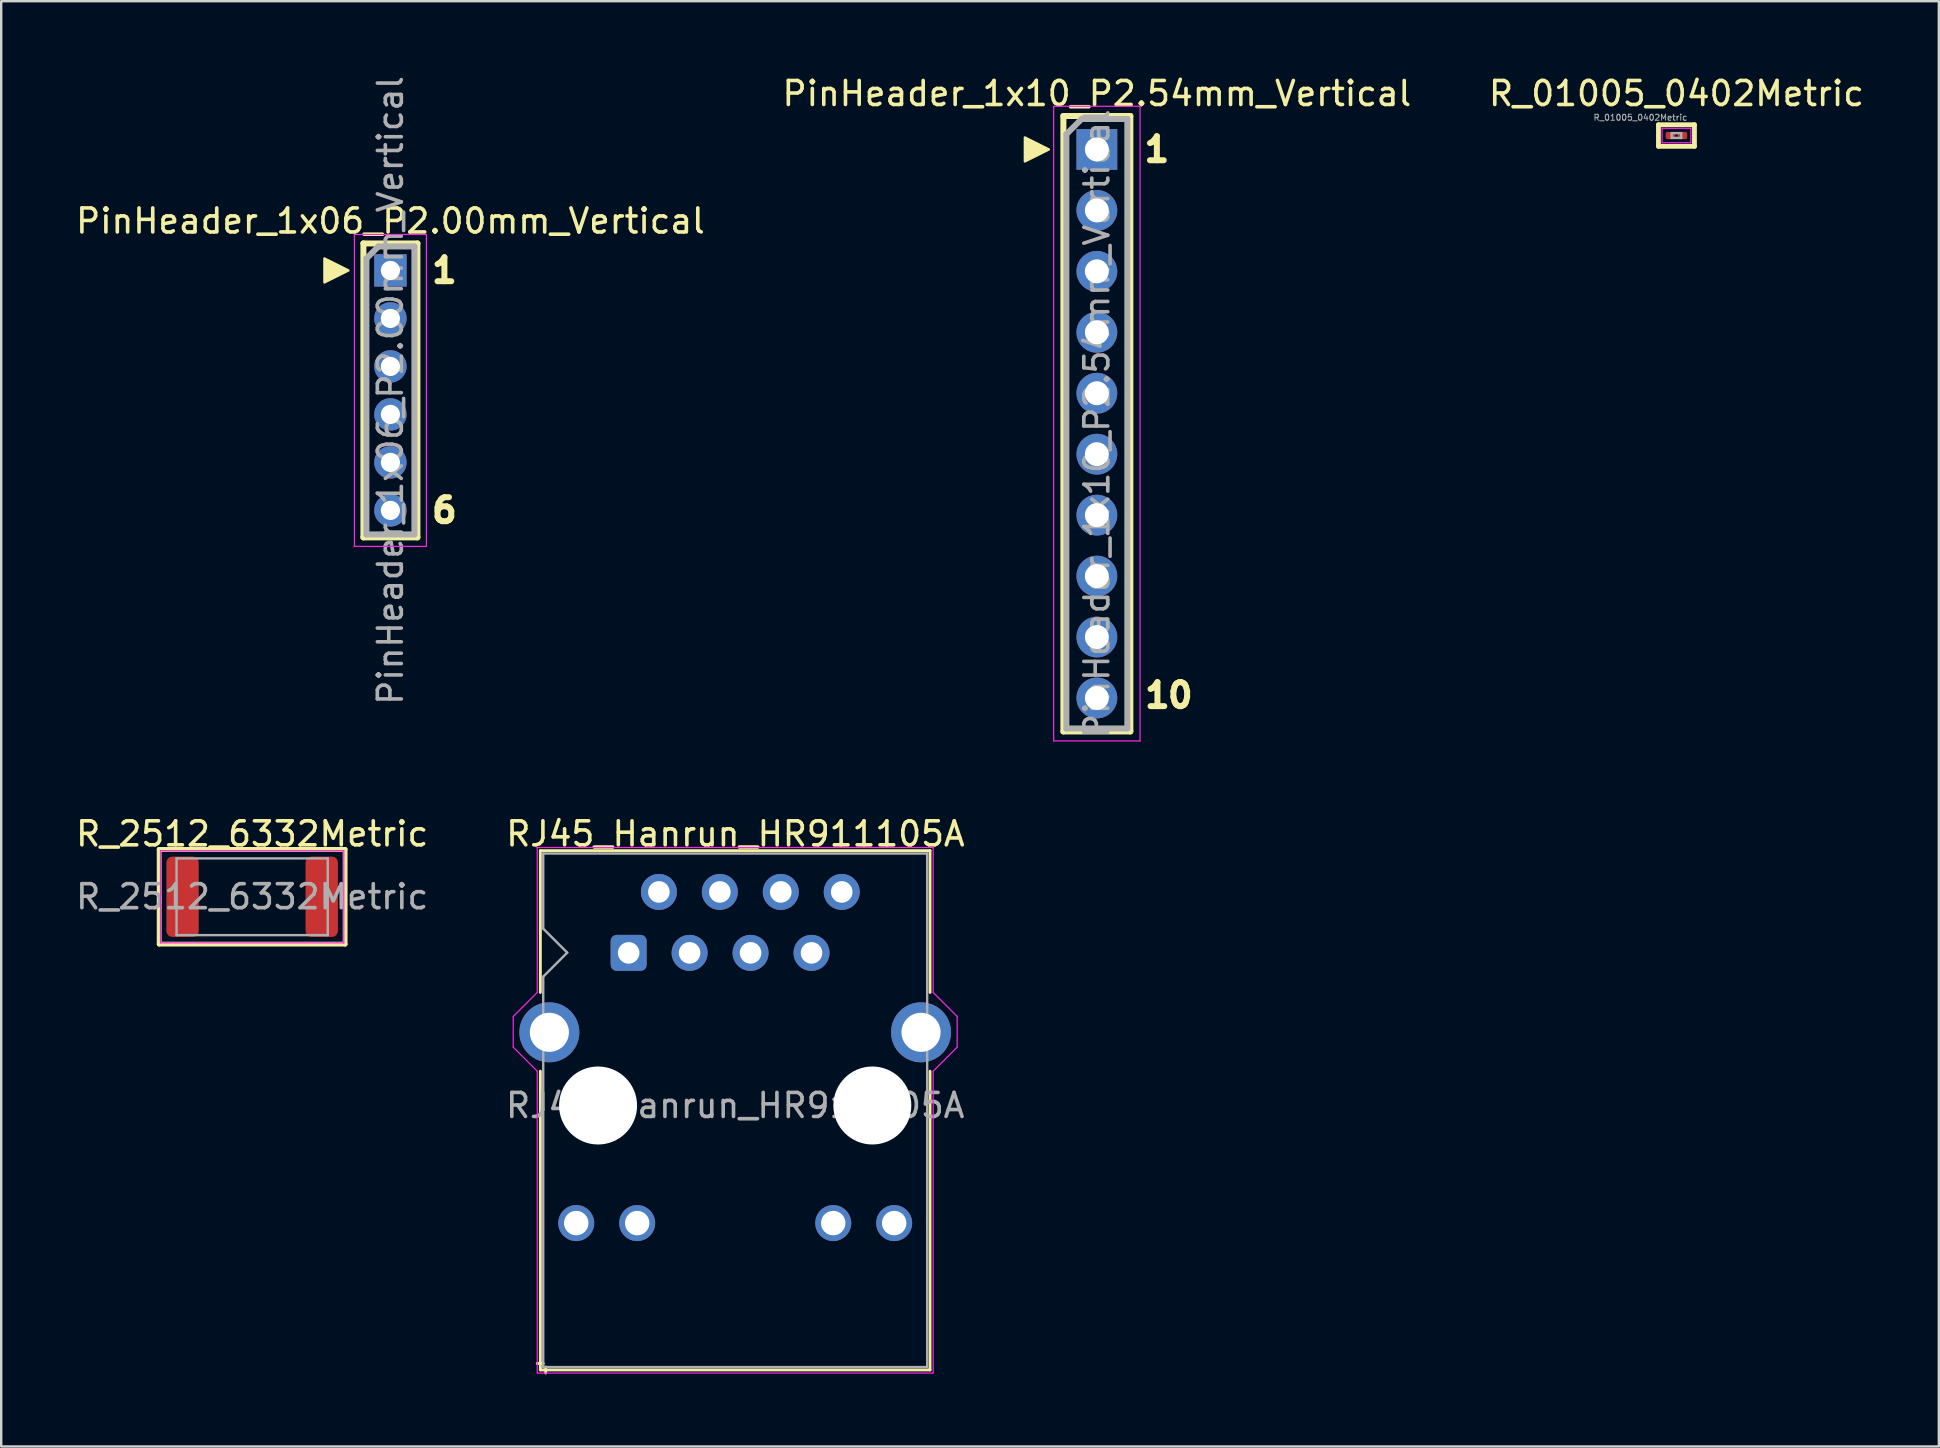
<source format=kicad_pcb>
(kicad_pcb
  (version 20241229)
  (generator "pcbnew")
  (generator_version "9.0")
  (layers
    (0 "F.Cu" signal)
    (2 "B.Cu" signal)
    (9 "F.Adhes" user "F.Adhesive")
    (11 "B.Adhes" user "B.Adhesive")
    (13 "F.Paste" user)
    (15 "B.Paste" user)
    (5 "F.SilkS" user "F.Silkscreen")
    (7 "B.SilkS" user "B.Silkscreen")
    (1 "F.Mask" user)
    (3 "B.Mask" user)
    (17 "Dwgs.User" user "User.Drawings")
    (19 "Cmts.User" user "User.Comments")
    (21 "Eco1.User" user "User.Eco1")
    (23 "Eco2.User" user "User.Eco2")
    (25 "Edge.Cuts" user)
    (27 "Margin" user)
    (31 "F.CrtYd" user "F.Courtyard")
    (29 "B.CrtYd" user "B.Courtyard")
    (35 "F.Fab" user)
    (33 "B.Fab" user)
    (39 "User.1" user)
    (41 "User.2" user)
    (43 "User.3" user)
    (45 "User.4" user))
  (footprint "RJ45_Hanrun_HR911105A"
    (layer "F.Cu")
    (at 23.149 36.661)
    (property "Reference" "RJ45_Hanrun_HR911105A" (at 4.45 -4.96 0) (layer "F.SilkS") (effects (font (size 1 1) (thickness 0.15))))
    (attr through_hole)
    (fp_line (start -3.68 -4.26) (end -3.68 1.65) (stroke (width 0.12) (type solid)) (layer "F.SilkS"))
    (fp_line (start -3.68 -4.26) (end 12.56 -4.26) (stroke (width 0.12) (type solid)) (layer "F.SilkS"))
    (fp_line (start -3.68 4.93) (end -3.68 17.38) (stroke (width 0.12) (type solid)) (layer "F.SilkS"))
    (fp_line (start -3.56 17.11) (end -3.81 17.11) (stroke (width 0.12) (type solid)) (layer "F.SilkS"))
    (fp_line (start -3.46 17.26) (end -3.46 17.51) (stroke (width 0.12) (type solid)) (layer "F.SilkS"))
    (fp_line (start 12.56 -4.26) (end 12.56 1.65) (stroke (width 0.12) (type solid)) (layer "F.SilkS"))
    (fp_line (start 12.56 4.93) (end 12.56 17.38) (stroke (width 0.12) (type solid)) (layer "F.SilkS"))
    (fp_line (start 12.56 17.38) (end -3.68 17.38) (stroke (width 0.12) (type solid)) (layer "F.SilkS"))
    (fp_line (start -4.81 3.93) (end -4.81 2.65) (stroke (width 0.05) (type solid)) (layer "F.CrtYd"))
    (fp_line (start -4.81 3.93) (end -3.81 4.93) (stroke (width 0.05) (type solid)) (layer "F.CrtYd"))
    (fp_line (start -3.81 -4.39) (end 12.69 -4.39) (stroke (width 0.05) (type solid)) (layer "F.CrtYd"))
    (fp_line (start -3.81 1.65) (end -4.81 2.65) (stroke (width 0.05) (type solid)) (layer "F.CrtYd"))
    (fp_line (start -3.81 1.65) (end -3.81 -4.4) (stroke (width 0.05) (type solid)) (layer "F.CrtYd"))
    (fp_line (start -3.81 4.93) (end -3.81 17.51) (stroke (width 0.05) (type solid)) (layer "F.CrtYd"))
    (fp_line (start -3.81 17.51) (end 12.69 17.51) (stroke (width 0.05) (type solid)) (layer "F.CrtYd"))
    (fp_line (start 12.69 1.65) (end 12.69 -4.39) (stroke (width 0.05) (type solid)) (layer "F.CrtYd"))
    (fp_line (start 12.69 1.65) (end 13.69 2.65) (stroke (width 0.05) (type solid)) (layer "F.CrtYd"))
    (fp_line (start 12.69 4.93) (end 12.69 17.51) (stroke (width 0.05) (type solid)) (layer "F.CrtYd"))
    (fp_line (start 13.69 3.93) (end 12.69 4.93) (stroke (width 0.05) (type solid)) (layer "F.CrtYd"))
    (fp_line (start 13.69 3.93) (end 13.69 2.65) (stroke (width 0.05) (type solid)) (layer "F.CrtYd"))
    (fp_line (start -3.56 -4.14) (end -3.56 -1.01) (stroke (width 0.1) (type solid)) (layer "F.Fab"))
    (fp_line (start -3.56 -4.14) (end 12.44 -4.14) (stroke (width 0.1) (type solid)) (layer "F.Fab"))
    (fp_line (start -3.56 0.99) (end -3.56 17.26) (stroke (width 0.1) (type solid)) (layer "F.Fab"))
    (fp_line (start -3.56 17.26) (end 12.44 17.26) (stroke (width 0.1) (type solid)) (layer "F.Fab"))
    (fp_line (start -2.56 -0.01) (end -3.56 -1.01) (stroke (width 0.1) (type solid)) (layer "F.Fab"))
    (fp_line (start -2.56 -0.01) (end -3.56 0.99) (stroke (width 0.1) (type solid)) (layer "F.Fab"))
    (fp_line (start 12.44 -4.14) (end 12.44 17.26) (stroke (width 0.1) (type solid)) (layer "F.Fab"))
    (fp_text user "${REFERENCE}" (at 4.44 6.36 0) (layer "F.Fab") (effects (font (size 1 1) (thickness 0.15))))
    (pad "" np_thru_hole circle (at -1.275 6.36) (size 3.25 3.25) (drill 3.25) (layers "*.Cu" "*.Mask"))
    (pad "" np_thru_hole circle (at 10.155 6.36) (size 3.25 3.25) (drill 3.25) (layers "*.Cu" "*.Mask"))
    (pad "1" thru_hole roundrect (at 0 0) (size 1.5 1.5) (drill 0.9) (layers "*.Cu" "*.Mask") (roundrect_rratio 0.167))
    (pad "2" thru_hole circle (at 1.26 -2.54) (size 1.5 1.5) (drill 0.9) (layers "*.Cu" "*.Mask"))
    (pad "3" thru_hole circle (at 2.54 0) (size 1.5 1.5) (drill 0.9) (layers "*.Cu" "*.Mask"))
    (pad "4" thru_hole circle (at 3.8 -2.54) (size 1.5 1.5) (drill 0.9) (layers "*.Cu" "*.Mask"))
    (pad "5" thru_hole circle (at 5.08 0) (size 1.5 1.5) (drill 0.9) (layers "*.Cu" "*.Mask"))
    (pad "6" thru_hole circle (at 6.34 -2.54 90) (size 1.5 1.5) (drill 0.9) (layers "*.Cu" "*.Mask"))
    (pad "7" thru_hole circle (at 7.62 0) (size 1.5 1.5) (drill 0.9) (layers "*.Cu" "*.Mask"))
    (pad "8" thru_hole circle (at 8.88 -2.54) (size 1.5 1.5) (drill 0.9) (layers "*.Cu" "*.Mask"))
    (pad "9" thru_hole circle (at -2.185 11.26) (size 1.5 1.5) (drill 1.02) (layers "*.Cu" "*.Mask"))
    (pad "10" thru_hole circle (at 0.355 11.26) (size 1.5 1.5) (drill 1.02) (layers "*.Cu" "*.Mask"))
    (pad "11" thru_hole circle (at 8.525 11.26) (size 1.5 1.5) (drill 1.02) (layers "*.Cu" "*.Mask"))
    (pad "12" thru_hole circle (at 11.065 11.26) (size 1.5 1.5) (drill 1.02) (layers "*.Cu" "*.Mask"))
    (pad "13" thru_hole circle (at -3.305 3.31) (size 2.5 2.5) (drill 1.63) (layers "*.Cu" "*.Mask"))
    (pad "14" thru_hole circle (at 12.185 3.31) (size 2.5 2.5) (drill 1.63) (layers "*.Cu" "*.Mask")))
  (footprint "R_01005_0402Metric"
    (layer "F.Cu")
    (at 66.815 2.598)
    (property "Reference" "R_01005_0402Metric" (at 0 -1.75 0) (layer "F.SilkS") (effects (font (size 1 1) (thickness 0.15))))
    (attr smd)
    (fp_line (start -0.75 -0.45) (end 0.75 -0.45) (stroke (width 0.2) (type solid)) (layer "F.SilkS"))
    (fp_line (start -0.75 0.45) (end -0.75 -0.45) (stroke (width 0.2) (type solid)) (layer "F.SilkS"))
    (fp_line (start 0.75 -0.45) (end 0.75 0.45) (stroke (width 0.2) (type solid)) (layer "F.SilkS"))
    (fp_line (start 0.75 0.45) (end -0.75 0.45) (stroke (width 0.2) (type solid)) (layer "F.SilkS"))
    (fp_line (start -0.6 -0.3) (end 0.6 -0.3) (stroke (width 0.05) (type solid)) (layer "F.CrtYd"))
    (fp_line (start -0.6 0.3) (end -0.6 -0.3) (stroke (width 0.05) (type solid)) (layer "F.CrtYd"))
    (fp_line (start 0.6 -0.3) (end 0.6 0.3) (stroke (width 0.05) (type solid)) (layer "F.CrtYd"))
    (fp_line (start 0.6 0.3) (end -0.6 0.3) (stroke (width 0.05) (type solid)) (layer "F.CrtYd"))
    (fp_line (start -0.2 -0.1) (end 0.2 -0.1) (stroke (width 0.1) (type solid)) (layer "F.Fab"))
    (fp_line (start -0.2 0.1) (end -0.2 -0.1) (stroke (width 0.1) (type solid)) (layer "F.Fab"))
    (fp_line (start 0.2 -0.1) (end 0.2 0.1) (stroke (width 0.1) (type solid)) (layer "F.Fab"))
    (fp_line (start 0.2 0.1) (end -0.2 0.1) (stroke (width 0.1) (type solid)) (layer "F.Fab"))
    (fp_text user "${REFERENCE}" (at -1.5 -0.75 0) (layer "F.Fab") (effects (font (size 0.25 0.25) (thickness 0.04))))
    (pad "" smd roundrect (at -0.275 0) (size 0.27 0.27) (layers "F.Paste") (roundrect_rratio 0.25))
    (pad "" smd roundrect (at 0.275 0) (size 0.27 0.27) (layers "F.Paste") (roundrect_rratio 0.25))
    (pad "1" smd roundrect (at -0.25 0) (size 0.4 0.3) (layers "F.Cu" "F.Mask") (roundrect_rratio 0.25))
    (pad "2" smd roundrect (at 0.25 0) (size 0.4 0.3) (layers "F.Cu" "F.Mask") (roundrect_rratio 0.25)))
  (footprint "R_2512_6332Metric"
    (layer "F.Cu")
    (at 7.458 34.322)
    (property "Reference" "R_2512_6332Metric" (at 0 -2.62 0) (layer "F.SilkS") (effects (font (size 1 1) (thickness 0.15))))
    (attr smd)
    (fp_line (start -3.875 -1.975) (end 3.875 -1.975) (stroke (width 0.2) (type solid)) (layer "F.SilkS"))
    (fp_line (start -3.875 1.975) (end -3.875 -1.975) (stroke (width 0.2) (type solid)) (layer "F.SilkS"))
    (fp_line (start -3.875 1.975) (end 3.875 1.975) (stroke (width 0.2) (type solid)) (layer "F.SilkS"))
    (fp_line (start 3.875 1.975) (end 3.875 -1.975) (stroke (width 0.2) (type solid)) (layer "F.SilkS"))
    (fp_line (start -3.82 -1.92) (end 3.82 -1.92) (stroke (width 0.05) (type solid)) (layer "F.CrtYd"))
    (fp_line (start -3.82 1.92) (end -3.82 -1.92) (stroke (width 0.05) (type solid)) (layer "F.CrtYd"))
    (fp_line (start 3.82 -1.92) (end 3.82 1.92) (stroke (width 0.05) (type solid)) (layer "F.CrtYd"))
    (fp_line (start 3.82 1.92) (end -3.82 1.92) (stroke (width 0.05) (type solid)) (layer "F.CrtYd"))
    (fp_line (start -3.15 -1.6) (end 3.15 -1.6) (stroke (width 0.1) (type solid)) (layer "F.Fab"))
    (fp_line (start -3.15 1.6) (end -3.15 -1.6) (stroke (width 0.1) (type solid)) (layer "F.Fab"))
    (fp_line (start 3.15 -1.6) (end 3.15 1.6) (stroke (width 0.1) (type solid)) (layer "F.Fab"))
    (fp_line (start 3.15 1.6) (end -3.15 1.6) (stroke (width 0.1) (type solid)) (layer "F.Fab"))
    (fp_text user "${REFERENCE}" (at 0 0 0) (layer "F.Fab") (effects (font (size 1 1) (thickness 0.15))))
    (pad "1" smd roundrect (at -2.9 0) (size 1.35 3.35) (layers "F.Cu" "F.Mask" "F.Paste") (roundrect_rratio 0.185))
    (pad "2" smd roundrect (at 2.9 0) (size 1.35 3.35) (layers "F.Cu" "F.Mask" "F.Paste") (roundrect_rratio 0.185)))
  (footprint "PinHeader_1x06_P2.00mm_Vertical"
    (layer "F.Cu")
    (at 13.22 8.22)
    (property "Reference" "PinHeader_1x06_P2.00mm_Vertical" (at 0 -2.06 0) (layer "F.SilkS") (effects (font (size 1 1) (thickness 0.15))))
    (attr through_hole)
    (fp_line (start -1.125 -1.125) (end -1.125 11.125) (stroke (width 0.25) (type solid)) (layer "F.SilkS"))
    (fp_line (start -1.125 -1.125) (end 1.125 -1.125) (stroke (width 0.25) (type solid)) (layer "F.SilkS"))
    (fp_line (start -1.125 11.125) (end 1.125 11.125) (stroke (width 0.25) (type solid)) (layer "F.SilkS"))
    (fp_line (start 1.125 -1.125) (end 1.125 11.125) (stroke (width 0.25) (type solid)) (layer "F.SilkS"))
    (fp_poly (pts (xy -1.75 0) (xy -2.75 0.5) (xy -2.75 -0.5)) (stroke (width 0.1) (type solid)) (fill yes) (layer "F.SilkS"))
    (fp_line (start -1.5 -1.5) (end -1.5 11.5) (stroke (width 0.05) (type solid)) (layer "F.CrtYd"))
    (fp_line (start -1.5 11.5) (end 1.5 11.5) (stroke (width 0.05) (type solid)) (layer "F.CrtYd"))
    (fp_line (start 1.5 -1.5) (end -1.5 -1.5) (stroke (width 0.05) (type solid)) (layer "F.CrtYd"))
    (fp_line (start 1.5 11.5) (end 1.5 -1.5) (stroke (width 0.05) (type solid)) (layer "F.CrtYd"))
    (fp_line (start -1 -0.5) (end -0.5 -1) (stroke (width 0.25) (type solid)) (layer "F.Fab"))
    (fp_line (start -1 11) (end -1 -0.5) (stroke (width 0.25) (type solid)) (layer "F.Fab"))
    (fp_line (start -0.5 -1) (end 1 -1) (stroke (width 0.25) (type solid)) (layer "F.Fab"))
    (fp_line (start 1 -1) (end 1 11) (stroke (width 0.25) (type solid)) (layer "F.Fab"))
    (fp_line (start 1 11) (end -1 11) (stroke (width 0.25) (type solid)) (layer "F.Fab"))
    (fp_text user "6" (at 2.25 10 0) (layer "F.SilkS") (effects (font (size 1 1) (thickness 0.25))))
    (fp_text user "1" (at 2.25 0 0) (layer "F.SilkS") (effects (font (size 1 1) (thickness 0.25))))
    (fp_text user "${REFERENCE}" (at 0 5 90) (layer "F.Fab") (effects (font (size 1 1) (thickness 0.15))))
    (pad "1" thru_hole rect (at 0 0) (size 1.35 1.35) (drill 0.8) (layers "*.Cu" "*.Mask"))
    (pad "2" thru_hole oval (at 0 2) (size 1.35 1.35) (drill 0.8) (layers "*.Cu" "*.Mask"))
    (pad "3" thru_hole oval (at 0 4) (size 1.35 1.35) (drill 0.8) (layers "*.Cu" "*.Mask"))
    (pad "4" thru_hole oval (at 0 6) (size 1.35 1.35) (drill 0.8) (layers "*.Cu" "*.Mask"))
    (pad "5" thru_hole oval (at 0 8) (size 1.35 1.35) (drill 0.8) (layers "*.Cu" "*.Mask"))
    (pad "6" thru_hole oval (at 0 10) (size 1.35 1.35) (drill 0.8) (layers "*.Cu" "*.Mask")))
  (footprint "PinHeader_1x10_P2.54mm_Vertical"
    (layer "F.Cu")
    (at 42.661 3.178)
    (property "Reference" "PinHeader_1x10_P2.54mm_Vertical" (at 0 -2.33 0) (layer "F.SilkS") (effects (font (size 1 1) (thickness 0.15))))
    (attr through_hole)
    (fp_line (start -1.395 -1.395) (end 1.395 -1.395) (stroke (width 0.25) (type solid)) (layer "F.SilkS"))
    (fp_line (start -1.395 24.255) (end -1.395 -1.395) (stroke (width 0.25) (type solid)) (layer "F.SilkS"))
    (fp_line (start -1.395 24.255) (end 1.395 24.255) (stroke (width 0.25) (type solid)) (layer "F.SilkS"))
    (fp_line (start 1.395 -1.395) (end 1.395 24.255) (stroke (width 0.25) (type solid)) (layer "F.SilkS"))
    (fp_poly (pts (xy -2 0) (xy -3 0.5) (xy -3 -0.5)) (stroke (width 0.1) (type solid)) (fill yes) (layer "F.SilkS"))
    (fp_line (start -1.8 -1.8) (end -1.8 24.65) (stroke (width 0.05) (type solid)) (layer "F.CrtYd"))
    (fp_line (start -1.8 24.65) (end 1.8 24.65) (stroke (width 0.05) (type solid)) (layer "F.CrtYd"))
    (fp_line (start 1.8 -1.8) (end -1.8 -1.8) (stroke (width 0.05) (type solid)) (layer "F.CrtYd"))
    (fp_line (start 1.8 24.65) (end 1.8 -1.8) (stroke (width 0.05) (type solid)) (layer "F.CrtYd"))
    (fp_line (start -1.27 -0.635) (end -0.635 -1.27) (stroke (width 0.25) (type solid)) (layer "F.Fab"))
    (fp_line (start -1.27 24.13) (end -1.27 -0.635) (stroke (width 0.25) (type solid)) (layer "F.Fab"))
    (fp_line (start -0.635 -1.27) (end 1.27 -1.27) (stroke (width 0.25) (type solid)) (layer "F.Fab"))
    (fp_line (start 1.27 -1.27) (end 1.27 24.13) (stroke (width 0.25) (type solid)) (layer "F.Fab"))
    (fp_line (start 1.27 24.13) (end -1.27 24.13) (stroke (width 0.25) (type solid)) (layer "F.Fab"))
    (fp_text user "10" (at 3 22.75 0) (layer "F.SilkS") (effects (font (size 1 1) (thickness 0.25))))
    (fp_text user "1" (at 2.5 0 0) (layer "F.SilkS") (effects (font (size 1 1) (thickness 0.25))))
    (fp_text user "${REFERENCE}" (at 0 11.43 90) (layer "F.Fab") (effects (font (size 1 1) (thickness 0.15))))
    (pad "1" thru_hole rect (at 0 0) (size 1.7 1.7) (drill 1) (layers "*.Cu" "*.Mask"))
    (pad "2" thru_hole oval (at 0 2.54) (size 1.7 1.7) (drill 1) (layers "*.Cu" "*.Mask"))
    (pad "3" thru_hole oval (at 0 5.08) (size 1.7 1.7) (drill 1) (layers "*.Cu" "*.Mask"))
    (pad "4" thru_hole oval (at 0 7.62) (size 1.7 1.7) (drill 1) (layers "*.Cu" "*.Mask"))
    (pad "5" thru_hole oval (at 0 10.16) (size 1.7 1.7) (drill 1) (layers "*.Cu" "*.Mask"))
    (pad "6" thru_hole oval (at 0 12.7) (size 1.7 1.7) (drill 1) (layers "*.Cu" "*.Mask"))
    (pad "7" thru_hole oval (at 0 15.24) (size 1.7 1.7) (drill 1) (layers "*.Cu" "*.Mask"))
    (pad "8" thru_hole oval (at 0 17.78) (size 1.7 1.7) (drill 1) (layers "*.Cu" "*.Mask"))
    (pad "9" thru_hole oval (at 0 20.32) (size 1.7 1.7) (drill 1) (layers "*.Cu" "*.Mask"))
    (pad "10" thru_hole oval (at 0 22.86) (size 1.7 1.7) (drill 1) (layers "*.Cu" "*.Mask")))
  (gr_rect
    (start -3 -3)
    (end 77.75 57.231)
    (stroke (width 0.1) (type default))
    (fill no)
    (layer "Edge.Cuts")))
</source>
